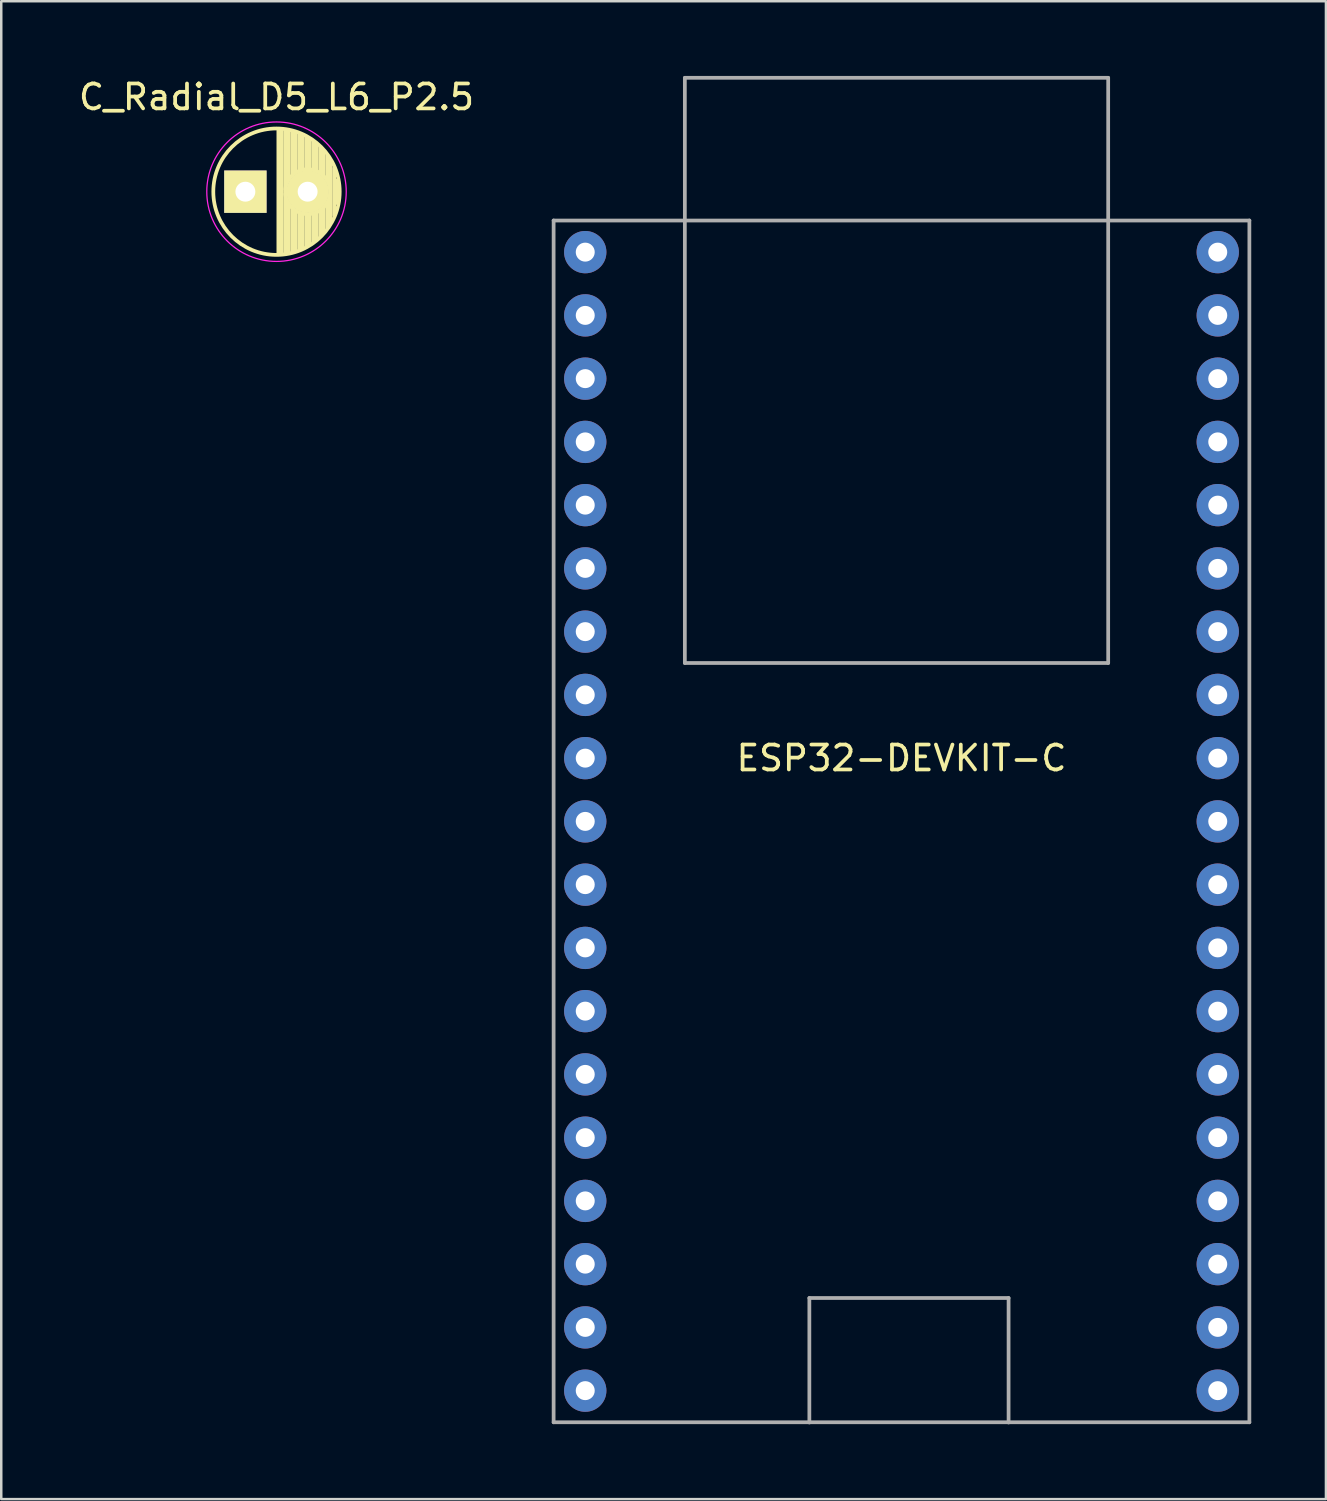
<source format=kicad_pcb>
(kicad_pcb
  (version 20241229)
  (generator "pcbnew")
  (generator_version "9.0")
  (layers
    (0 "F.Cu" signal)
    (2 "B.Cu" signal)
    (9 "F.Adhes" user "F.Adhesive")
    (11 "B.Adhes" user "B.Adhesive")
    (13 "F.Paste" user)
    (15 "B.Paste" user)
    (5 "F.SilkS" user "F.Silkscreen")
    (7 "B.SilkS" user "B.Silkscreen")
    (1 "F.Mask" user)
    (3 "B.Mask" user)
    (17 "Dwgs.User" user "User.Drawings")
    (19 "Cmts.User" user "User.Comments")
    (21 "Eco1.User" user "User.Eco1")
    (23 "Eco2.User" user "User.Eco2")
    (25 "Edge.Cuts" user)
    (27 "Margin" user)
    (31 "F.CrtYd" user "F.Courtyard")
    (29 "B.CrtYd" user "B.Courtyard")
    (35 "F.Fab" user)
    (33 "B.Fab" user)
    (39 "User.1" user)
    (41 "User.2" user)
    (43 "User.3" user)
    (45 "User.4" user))
  (footprint "ESP32-DEVKIT-C"
    (layer "F.Cu")
    (at 20.452 7.075)
    (property "Reference" "ESP32-DEVKIT-C" (at 12.7 20.32 0) (layer "F.SilkS") (effects (font (size 1 1) (thickness 0.15))))
    (attr through_hole)
    (fp_line (start -1.27 -1.27) (end -1.27 46.99) (stroke (width 0.15) (type solid)) (layer "F.Fab"))
    (fp_line (start -1.27 46.99) (end 26.67 46.99) (stroke (width 0.15) (type solid)) (layer "F.Fab"))
    (fp_line (start 4 -7) (end 4 16.5) (stroke (width 0.15) (type solid)) (layer "F.Fab"))
    (fp_line (start 4 -7) (end 21 -7) (stroke (width 0.15) (type solid)) (layer "F.Fab"))
    (fp_line (start 4 16.5) (end 21 16.5) (stroke (width 0.15) (type solid)) (layer "F.Fab"))
    (fp_line (start 9 42) (end 17 42) (stroke (width 0.15) (type solid)) (layer "F.Fab"))
    (fp_line (start 9 47) (end 9 42) (stroke (width 0.15) (type solid)) (layer "F.Fab"))
    (fp_line (start 17 42) (end 17 47) (stroke (width 0.15) (type solid)) (layer "F.Fab"))
    (fp_line (start 21 16.5) (end 21 -7) (stroke (width 0.15) (type solid)) (layer "F.Fab"))
    (fp_line (start 26.67 -1.27) (end -1.27 -1.27) (stroke (width 0.15) (type solid)) (layer "F.Fab"))
    (fp_line (start 26.67 46.99) (end 26.67 -1.27) (stroke (width 0.15) (type solid)) (layer "F.Fab"))
    (pad "1" thru_hole oval (at 0 0) (size 1.7 1.7) (drill 0.762) (layers "*.Cu" "*.Mask"))
    (pad "2" thru_hole oval (at 0 2.54) (size 1.7 1.7) (drill 0.762) (layers "*.Cu" "*.Mask"))
    (pad "3" thru_hole oval (at 0 5.08) (size 1.7 1.7) (drill 0.762) (layers "*.Cu" "*.Mask"))
    (pad "4" thru_hole oval (at 0 7.62) (size 1.7 1.7) (drill 0.762) (layers "*.Cu" "*.Mask"))
    (pad "5" thru_hole oval (at 0 10.16) (size 1.7 1.7) (drill 0.762) (layers "*.Cu" "*.Mask"))
    (pad "6" thru_hole oval (at 0 12.7) (size 1.7 1.7) (drill 0.762) (layers "*.Cu" "*.Mask"))
    (pad "7" thru_hole oval (at 0 15.24) (size 1.7 1.7) (drill 0.762) (layers "*.Cu" "*.Mask"))
    (pad "8" thru_hole oval (at 0 17.78) (size 1.7 1.7) (drill 0.762) (layers "*.Cu" "*.Mask"))
    (pad "9" thru_hole oval (at 0 20.32) (size 1.7 1.7) (drill 0.762) (layers "*.Cu" "*.Mask"))
    (pad "10" thru_hole oval (at 0 22.86) (size 1.7 1.7) (drill 0.762) (layers "*.Cu" "*.Mask"))
    (pad "11" thru_hole oval (at 0 25.4) (size 1.7 1.7) (drill 0.762) (layers "*.Cu" "*.Mask"))
    (pad "12" thru_hole oval (at 0 27.94) (size 1.7 1.7) (drill 0.762) (layers "*.Cu" "*.Mask"))
    (pad "13" thru_hole oval (at 0 30.48) (size 1.7 1.7) (drill 0.762) (layers "*.Cu" "*.Mask"))
    (pad "14" thru_hole oval (at 0 33.02) (size 1.7 1.7) (drill 0.762) (layers "*.Cu" "*.Mask"))
    (pad "15" thru_hole oval (at 0 35.56) (size 1.7 1.7) (drill 0.762) (layers "*.Cu" "*.Mask"))
    (pad "16" thru_hole oval (at 0 38.1) (size 1.7 1.7) (drill 0.762) (layers "*.Cu" "*.Mask"))
    (pad "17" thru_hole oval (at 0 40.64) (size 1.7 1.7) (drill 0.762) (layers "*.Cu" "*.Mask"))
    (pad "18" thru_hole oval (at 0 43.18) (size 1.7 1.7) (drill 0.762) (layers "*.Cu" "*.Mask"))
    (pad "19" thru_hole oval (at 0 45.72) (size 1.7 1.7) (drill 0.762) (layers "*.Cu" "*.Mask"))
    (pad "20" thru_hole oval (at 25.4 45.72) (size 1.7 1.7) (drill 0.762) (layers "*.Cu" "*.Mask"))
    (pad "21" thru_hole oval (at 25.4 43.18) (size 1.7 1.7) (drill 0.762) (layers "*.Cu" "*.Mask"))
    (pad "22" thru_hole oval (at 25.4 40.64) (size 1.7 1.7) (drill 0.762) (layers "*.Cu" "*.Mask"))
    (pad "23" thru_hole oval (at 25.4 38.1) (size 1.7 1.7) (drill 0.762) (layers "*.Cu" "*.Mask"))
    (pad "24" thru_hole oval (at 25.4 35.56) (size 1.7 1.7) (drill 0.762) (layers "*.Cu" "*.Mask"))
    (pad "25" thru_hole oval (at 25.4 33.02) (size 1.7 1.7) (drill 0.762) (layers "*.Cu" "*.Mask"))
    (pad "26" thru_hole oval (at 25.4 30.48) (size 1.7 1.7) (drill 0.762) (layers "*.Cu" "*.Mask"))
    (pad "27" thru_hole oval (at 25.4 27.94) (size 1.7 1.7) (drill 0.762) (layers "*.Cu" "*.Mask"))
    (pad "28" thru_hole oval (at 25.4 25.4) (size 1.7 1.7) (drill 0.762) (layers "*.Cu" "*.Mask"))
    (pad "29" thru_hole oval (at 25.4 22.86) (size 1.7 1.7) (drill 0.762) (layers "*.Cu" "*.Mask"))
    (pad "30" thru_hole oval (at 25.4 20.32) (size 1.7 1.7) (drill 0.762) (layers "*.Cu" "*.Mask"))
    (pad "31" thru_hole oval (at 25.4 17.78) (size 1.7 1.7) (drill 0.762) (layers "*.Cu" "*.Mask"))
    (pad "32" thru_hole oval (at 25.4 15.24) (size 1.7 1.7) (drill 0.762) (layers "*.Cu" "*.Mask"))
    (pad "33" thru_hole oval (at 25.4 12.7) (size 1.7 1.7) (drill 0.762) (layers "*.Cu" "*.Mask"))
    (pad "34" thru_hole oval (at 25.4 10.16) (size 1.7 1.7) (drill 0.762) (layers "*.Cu" "*.Mask"))
    (pad "35" thru_hole oval (at 25.4 7.62) (size 1.7 1.7) (drill 0.762) (layers "*.Cu" "*.Mask"))
    (pad "36" thru_hole oval (at 25.4 5.08) (size 1.7 1.7) (drill 0.762) (layers "*.Cu" "*.Mask"))
    (pad "37" thru_hole oval (at 25.4 2.54) (size 1.7 1.7) (drill 0.762) (layers "*.Cu" "*.Mask"))
    (pad "38" thru_hole oval (at 25.4 0) (size 1.7 1.7) (drill 0.762) (layers "*.Cu" "*.Mask")))
  (footprint "C_Radial_D5_L6_P2.5"
    (layer "F.Cu")
    (at 6.804 4.648)
    (property "Reference" "C_Radial_D5_L6_P2.5" (at 1.25 -3.8 0) (layer "F.SilkS") (effects (font (size 1 1) (thickness 0.15))))
    (attr through_hole)
    (fp_line (start 1.325 -2.499) (end 1.325 2.499) (stroke (width 0.15) (type solid)) (layer "F.SilkS"))
    (fp_line (start 1.465 -2.491) (end 1.465 2.491) (stroke (width 0.15) (type solid)) (layer "F.SilkS"))
    (fp_line (start 1.605 -2.475) (end 1.605 -0.095) (stroke (width 0.15) (type solid)) (layer "F.SilkS"))
    (fp_line (start 1.605 0.095) (end 1.605 2.475) (stroke (width 0.15) (type solid)) (layer "F.SilkS"))
    (fp_line (start 1.745 -2.451) (end 1.745 -0.49) (stroke (width 0.15) (type solid)) (layer "F.SilkS"))
    (fp_line (start 1.745 0.49) (end 1.745 2.451) (stroke (width 0.15) (type solid)) (layer "F.SilkS"))
    (fp_line (start 1.885 -2.418) (end 1.885 -0.657) (stroke (width 0.15) (type solid)) (layer "F.SilkS"))
    (fp_line (start 1.885 0.657) (end 1.885 2.418) (stroke (width 0.15) (type solid)) (layer "F.SilkS"))
    (fp_line (start 2.025 -2.377) (end 2.025 -0.764) (stroke (width 0.15) (type solid)) (layer "F.SilkS"))
    (fp_line (start 2.025 0.764) (end 2.025 2.377) (stroke (width 0.15) (type solid)) (layer "F.SilkS"))
    (fp_line (start 2.165 -2.327) (end 2.165 -0.835) (stroke (width 0.15) (type solid)) (layer "F.SilkS"))
    (fp_line (start 2.165 0.835) (end 2.165 2.327) (stroke (width 0.15) (type solid)) (layer "F.SilkS"))
    (fp_line (start 2.305 -2.266) (end 2.305 -0.879) (stroke (width 0.15) (type solid)) (layer "F.SilkS"))
    (fp_line (start 2.305 0.879) (end 2.305 2.266) (stroke (width 0.15) (type solid)) (layer "F.SilkS"))
    (fp_line (start 2.445 -2.196) (end 2.445 -0.898) (stroke (width 0.15) (type solid)) (layer "F.SilkS"))
    (fp_line (start 2.445 0.898) (end 2.445 2.196) (stroke (width 0.15) (type solid)) (layer "F.SilkS"))
    (fp_line (start 2.585 -2.114) (end 2.585 -0.896) (stroke (width 0.15) (type solid)) (layer "F.SilkS"))
    (fp_line (start 2.585 0.896) (end 2.585 2.114) (stroke (width 0.15) (type solid)) (layer "F.SilkS"))
    (fp_line (start 2.725 -2.019) (end 2.725 -0.871) (stroke (width 0.15) (type solid)) (layer "F.SilkS"))
    (fp_line (start 2.725 0.871) (end 2.725 2.019) (stroke (width 0.15) (type solid)) (layer "F.SilkS"))
    (fp_line (start 2.865 -1.908) (end 2.865 -0.823) (stroke (width 0.15) (type solid)) (layer "F.SilkS"))
    (fp_line (start 2.865 0.823) (end 2.865 1.908) (stroke (width 0.15) (type solid)) (layer "F.SilkS"))
    (fp_line (start 3.005 -1.78) (end 3.005 -0.745) (stroke (width 0.15) (type solid)) (layer "F.SilkS"))
    (fp_line (start 3.005 0.745) (end 3.005 1.78) (stroke (width 0.15) (type solid)) (layer "F.SilkS"))
    (fp_line (start 3.145 -1.631) (end 3.145 -0.628) (stroke (width 0.15) (type solid)) (layer "F.SilkS"))
    (fp_line (start 3.145 0.628) (end 3.145 1.631) (stroke (width 0.15) (type solid)) (layer "F.SilkS"))
    (fp_line (start 3.285 -1.452) (end 3.285 -0.44) (stroke (width 0.15) (type solid)) (layer "F.SilkS"))
    (fp_line (start 3.285 0.44) (end 3.285 1.452) (stroke (width 0.15) (type solid)) (layer "F.SilkS"))
    (fp_line (start 3.425 -1.233) (end 3.425 1.233) (stroke (width 0.15) (type solid)) (layer "F.SilkS"))
    (fp_line (start 3.565 -0.944) (end 3.565 0.944) (stroke (width 0.15) (type solid)) (layer "F.SilkS"))
    (fp_line (start 3.705 -0.472) (end 3.705 0.472) (stroke (width 0.15) (type solid)) (layer "F.SilkS"))
    (fp_circle (center 1.25 0) (end 1.25 -2.538) (stroke (width 0.15) (type solid)) (fill no) (layer "F.SilkS"))
    (fp_circle (center 2.5 0) (end 2.5 -0.9) (stroke (width 0.15) (type solid)) (fill no) (layer "F.SilkS"))
    (fp_circle (center 1.25 0) (end 1.25 -2.8) (stroke (width 0.05) (type solid)) (fill no) (layer "F.CrtYd"))
    (pad "1" thru_hole rect (at 0 0) (size 1.7 1.7) (drill 0.8) (layers "*.Cu" "*.Mask" "F.SilkS"))
    (pad "2" thru_hole circle (at 2.5 0) (size 1.7 1.7) (drill 0.8) (layers "*.Cu" "*.Mask" "F.SilkS")))
  (gr_rect
    (start -3 -3)
    (end 50.197 57.15)
    (stroke (width 0.1) (type default))
    (fill no)
    (layer "Edge.Cuts")))
</source>
